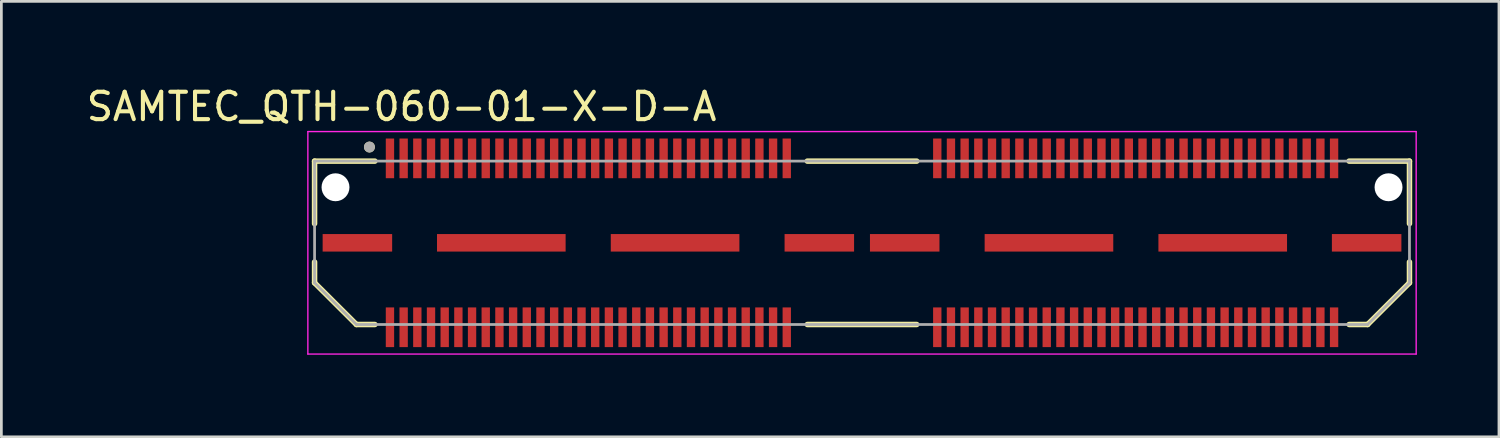
<source format=kicad_pcb>
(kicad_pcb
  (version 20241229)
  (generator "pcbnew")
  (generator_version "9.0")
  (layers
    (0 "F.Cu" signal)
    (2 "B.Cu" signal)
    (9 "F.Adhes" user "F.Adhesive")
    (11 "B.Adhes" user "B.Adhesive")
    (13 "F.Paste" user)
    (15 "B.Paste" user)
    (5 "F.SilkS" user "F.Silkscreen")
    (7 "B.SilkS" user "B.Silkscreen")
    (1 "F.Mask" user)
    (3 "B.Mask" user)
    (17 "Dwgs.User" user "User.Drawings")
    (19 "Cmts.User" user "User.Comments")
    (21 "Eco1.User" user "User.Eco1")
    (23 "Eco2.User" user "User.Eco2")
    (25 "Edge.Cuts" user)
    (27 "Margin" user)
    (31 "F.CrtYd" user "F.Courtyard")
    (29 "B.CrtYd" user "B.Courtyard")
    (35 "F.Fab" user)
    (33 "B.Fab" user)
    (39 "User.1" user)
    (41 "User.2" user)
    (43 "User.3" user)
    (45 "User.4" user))
  (footprint "SAMTEC_QTH-060-01-X-D-A"
    (layer "F.Cu")
    (at 28.45 5.823)
    (property "Reference" "SAMTEC_QTH-060-01-X-D-A" (at -16.825 -4.975 0) (layer "F.SilkS") (effects (font (size 1 1) (thickness 0.15))))
    (attr through_hole)
    (fp_line (start -20.005 -2.985) (end -17.8 -2.985) (stroke (width 0.2) (type solid)) (layer "F.SilkS"))
    (fp_line (start -20.005 -0.7) (end -20.005 -2.985) (stroke (width 0.2) (type solid)) (layer "F.SilkS"))
    (fp_line (start -20.005 1.461) (end -20.005 0.7) (stroke (width 0.2) (type solid)) (layer "F.SilkS"))
    (fp_line (start -18.476 2.985) (end -20.005 1.461) (stroke (width 0.2) (type solid)) (layer "F.SilkS"))
    (fp_line (start -18.476 2.985) (end -17.8 2.985) (stroke (width 0.2) (type solid)) (layer "F.SilkS"))
    (fp_line (start -2 -2.985) (end 2 -2.985) (stroke (width 0.2) (type solid)) (layer "F.SilkS"))
    (fp_line (start -2 2.985) (end 2 2.985) (stroke (width 0.2) (type solid)) (layer "F.SilkS"))
    (fp_line (start 18.476 2.985) (end 17.8 2.985) (stroke (width 0.2) (type solid)) (layer "F.SilkS"))
    (fp_line (start 20.005 -2.985) (end 17.8 -2.985) (stroke (width 0.2) (type solid)) (layer "F.SilkS"))
    (fp_line (start 20.005 -0.7) (end 20.005 -2.985) (stroke (width 0.2) (type solid)) (layer "F.SilkS"))
    (fp_line (start 20.005 1.461) (end 18.476 2.985) (stroke (width 0.2) (type solid)) (layer "F.SilkS"))
    (fp_line (start 20.005 1.461) (end 20.005 0.7) (stroke (width 0.2) (type solid)) (layer "F.SilkS"))
    (fp_circle (center -18 -3.5) (end -17.9 -3.5) (stroke (width 0.2) (type solid)) (fill no) (layer "F.SilkS"))
    (fp_line (start -20.25 -4.065) (end 20.25 -4.065) (stroke (width 0.05) (type solid)) (layer "F.CrtYd"))
    (fp_line (start -20.25 4.065) (end -20.25 -4.065) (stroke (width 0.05) (type solid)) (layer "F.CrtYd"))
    (fp_line (start 20.25 -4.065) (end 20.25 4.065) (stroke (width 0.05) (type solid)) (layer "F.CrtYd"))
    (fp_line (start 20.25 4.065) (end -20.25 4.065) (stroke (width 0.05) (type solid)) (layer "F.CrtYd"))
    (fp_line (start -20.005 -2.985) (end 20.005 -2.985) (stroke (width 0.1) (type solid)) (layer "F.Fab"))
    (fp_line (start -20.005 1.461) (end -20.005 -2.985) (stroke (width 0.1) (type solid)) (layer "F.Fab"))
    (fp_line (start -18.476 2.985) (end -20.005 1.461) (stroke (width 0.1) (type solid)) (layer "F.Fab"))
    (fp_line (start 18.476 2.985) (end -18.476 2.985) (stroke (width 0.1) (type solid)) (layer "F.Fab"))
    (fp_line (start 20.005 -2.985) (end 20.005 1.461) (stroke (width 0.1) (type solid)) (layer "F.Fab"))
    (fp_line (start 20.005 1.461) (end 18.476 2.985) (stroke (width 0.1) (type solid)) (layer "F.Fab"))
    (fp_circle (center -18 -3.5) (end -17.9 -3.5) (stroke (width 0.2) (type solid)) (fill no) (layer "F.Fab"))
    (pad "" np_thru_hole circle (at -19.24 -2.03) (size 1.02 1.02) (drill 1.02) (layers "*.Cu" "*.Mask"))
    (pad "" np_thru_hole circle (at 19.24 -2.03) (size 1.02 1.02) (drill 1.02) (layers "*.Cu" "*.Mask"))
    (pad "01" smd rect (at -17.25 -3.086) (size 0.305 1.45) (layers "F.Cu" "F.Mask" "F.Paste"))
    (pad "02" smd rect (at -17.25 3.086) (size 0.305 1.45) (layers "F.Cu" "F.Mask" "F.Paste"))
    (pad "03" smd rect (at -16.75 -3.086) (size 0.305 1.45) (layers "F.Cu" "F.Mask" "F.Paste"))
    (pad "04" smd rect (at -16.75 3.086) (size 0.305 1.45) (layers "F.Cu" "F.Mask" "F.Paste"))
    (pad "05" smd rect (at -16.25 -3.086) (size 0.305 1.45) (layers "F.Cu" "F.Mask" "F.Paste"))
    (pad "06" smd rect (at -16.25 3.086) (size 0.305 1.45) (layers "F.Cu" "F.Mask" "F.Paste"))
    (pad "07" smd rect (at -15.75 -3.086) (size 0.305 1.45) (layers "F.Cu" "F.Mask" "F.Paste"))
    (pad "08" smd rect (at -15.75 3.086) (size 0.305 1.45) (layers "F.Cu" "F.Mask" "F.Paste"))
    (pad "09" smd rect (at -15.25 -3.086) (size 0.305 1.45) (layers "F.Cu" "F.Mask" "F.Paste"))
    (pad "10" smd rect (at -15.25 3.086) (size 0.305 1.45) (layers "F.Cu" "F.Mask" "F.Paste"))
    (pad "11" smd rect (at -14.75 -3.086) (size 0.305 1.45) (layers "F.Cu" "F.Mask" "F.Paste"))
    (pad "12" smd rect (at -14.75 3.086) (size 0.305 1.45) (layers "F.Cu" "F.Mask" "F.Paste"))
    (pad "13" smd rect (at -14.25 -3.086) (size 0.305 1.45) (layers "F.Cu" "F.Mask" "F.Paste"))
    (pad "14" smd rect (at -14.25 3.086) (size 0.305 1.45) (layers "F.Cu" "F.Mask" "F.Paste"))
    (pad "15" smd rect (at -13.75 -3.086) (size 0.305 1.45) (layers "F.Cu" "F.Mask" "F.Paste"))
    (pad "16" smd rect (at -13.75 3.086) (size 0.305 1.45) (layers "F.Cu" "F.Mask" "F.Paste"))
    (pad "17" smd rect (at -13.25 -3.086) (size 0.305 1.45) (layers "F.Cu" "F.Mask" "F.Paste"))
    (pad "18" smd rect (at -13.25 3.086) (size 0.305 1.45) (layers "F.Cu" "F.Mask" "F.Paste"))
    (pad "19" smd rect (at -12.75 -3.086) (size 0.305 1.45) (layers "F.Cu" "F.Mask" "F.Paste"))
    (pad "20" smd rect (at -12.75 3.086) (size 0.305 1.45) (layers "F.Cu" "F.Mask" "F.Paste"))
    (pad "21" smd rect (at -12.25 -3.086) (size 0.305 1.45) (layers "F.Cu" "F.Mask" "F.Paste"))
    (pad "22" smd rect (at -12.25 3.086) (size 0.305 1.45) (layers "F.Cu" "F.Mask" "F.Paste"))
    (pad "23" smd rect (at -11.75 -3.086) (size 0.305 1.45) (layers "F.Cu" "F.Mask" "F.Paste"))
    (pad "24" smd rect (at -11.75 3.086) (size 0.305 1.45) (layers "F.Cu" "F.Mask" "F.Paste"))
    (pad "25" smd rect (at -11.25 -3.086) (size 0.305 1.45) (layers "F.Cu" "F.Mask" "F.Paste"))
    (pad "26" smd rect (at -11.25 3.086) (size 0.305 1.45) (layers "F.Cu" "F.Mask" "F.Paste"))
    (pad "27" smd rect (at -10.75 -3.086) (size 0.305 1.45) (layers "F.Cu" "F.Mask" "F.Paste"))
    (pad "28" smd rect (at -10.75 3.086) (size 0.305 1.45) (layers "F.Cu" "F.Mask" "F.Paste"))
    (pad "29" smd rect (at -10.25 -3.086) (size 0.305 1.45) (layers "F.Cu" "F.Mask" "F.Paste"))
    (pad "30" smd rect (at -10.25 3.086) (size 0.305 1.45) (layers "F.Cu" "F.Mask" "F.Paste"))
    (pad "31" smd rect (at -9.75 -3.086) (size 0.305 1.45) (layers "F.Cu" "F.Mask" "F.Paste"))
    (pad "32" smd rect (at -9.75 3.086) (size 0.305 1.45) (layers "F.Cu" "F.Mask" "F.Paste"))
    (pad "33" smd rect (at -9.25 -3.086) (size 0.305 1.45) (layers "F.Cu" "F.Mask" "F.Paste"))
    (pad "34" smd rect (at -9.25 3.086) (size 0.305 1.45) (layers "F.Cu" "F.Mask" "F.Paste"))
    (pad "35" smd rect (at -8.75 -3.086) (size 0.305 1.45) (layers "F.Cu" "F.Mask" "F.Paste"))
    (pad "36" smd rect (at -8.75 3.086) (size 0.305 1.45) (layers "F.Cu" "F.Mask" "F.Paste"))
    (pad "37" smd rect (at -8.25 -3.086) (size 0.305 1.45) (layers "F.Cu" "F.Mask" "F.Paste"))
    (pad "38" smd rect (at -8.25 3.086) (size 0.305 1.45) (layers "F.Cu" "F.Mask" "F.Paste"))
    (pad "39" smd rect (at -7.75 -3.086) (size 0.305 1.45) (layers "F.Cu" "F.Mask" "F.Paste"))
    (pad "40" smd rect (at -7.75 3.086) (size 0.305 1.45) (layers "F.Cu" "F.Mask" "F.Paste"))
    (pad "41" smd rect (at -7.25 -3.086) (size 0.305 1.45) (layers "F.Cu" "F.Mask" "F.Paste"))
    (pad "42" smd rect (at -7.25 3.086) (size 0.305 1.45) (layers "F.Cu" "F.Mask" "F.Paste"))
    (pad "43" smd rect (at -6.75 -3.086) (size 0.305 1.45) (layers "F.Cu" "F.Mask" "F.Paste"))
    (pad "44" smd rect (at -6.75 3.086) (size 0.305 1.45) (layers "F.Cu" "F.Mask" "F.Paste"))
    (pad "45" smd rect (at -6.25 -3.086) (size 0.305 1.45) (layers "F.Cu" "F.Mask" "F.Paste"))
    (pad "46" smd rect (at -6.25 3.086) (size 0.305 1.45) (layers "F.Cu" "F.Mask" "F.Paste"))
    (pad "47" smd rect (at -5.75 -3.086) (size 0.305 1.45) (layers "F.Cu" "F.Mask" "F.Paste"))
    (pad "48" smd rect (at -5.75 3.086) (size 0.305 1.45) (layers "F.Cu" "F.Mask" "F.Paste"))
    (pad "49" smd rect (at -5.25 -3.086) (size 0.305 1.45) (layers "F.Cu" "F.Mask" "F.Paste"))
    (pad "50" smd rect (at -5.25 3.086) (size 0.305 1.45) (layers "F.Cu" "F.Mask" "F.Paste"))
    (pad "51" smd rect (at -4.75 -3.086) (size 0.305 1.45) (layers "F.Cu" "F.Mask" "F.Paste"))
    (pad "52" smd rect (at -4.75 3.086) (size 0.305 1.45) (layers "F.Cu" "F.Mask" "F.Paste"))
    (pad "53" smd rect (at -4.25 -3.086) (size 0.305 1.45) (layers "F.Cu" "F.Mask" "F.Paste"))
    (pad "54" smd rect (at -4.25 3.086) (size 0.305 1.45) (layers "F.Cu" "F.Mask" "F.Paste"))
    (pad "55" smd rect (at -3.75 -3.086) (size 0.305 1.45) (layers "F.Cu" "F.Mask" "F.Paste"))
    (pad "56" smd rect (at -3.75 3.086) (size 0.305 1.45) (layers "F.Cu" "F.Mask" "F.Paste"))
    (pad "57" smd rect (at -3.25 -3.086) (size 0.305 1.45) (layers "F.Cu" "F.Mask" "F.Paste"))
    (pad "58" smd rect (at -3.25 3.086) (size 0.305 1.45) (layers "F.Cu" "F.Mask" "F.Paste"))
    (pad "59" smd rect (at -2.75 -3.086) (size 0.305 1.45) (layers "F.Cu" "F.Mask" "F.Paste"))
    (pad "60" smd rect (at -2.75 3.086) (size 0.305 1.45) (layers "F.Cu" "F.Mask" "F.Paste"))
    (pad "61" smd rect (at 2.75 -3.086) (size 0.305 1.45) (layers "F.Cu" "F.Mask" "F.Paste"))
    (pad "62" smd rect (at 2.75 3.086) (size 0.305 1.45) (layers "F.Cu" "F.Mask" "F.Paste"))
    (pad "63" smd rect (at 3.25 -3.086) (size 0.305 1.45) (layers "F.Cu" "F.Mask" "F.Paste"))
    (pad "64" smd rect (at 3.25 3.086) (size 0.305 1.45) (layers "F.Cu" "F.Mask" "F.Paste"))
    (pad "65" smd rect (at 3.75 -3.086) (size 0.305 1.45) (layers "F.Cu" "F.Mask" "F.Paste"))
    (pad "66" smd rect (at 3.75 3.086) (size 0.305 1.45) (layers "F.Cu" "F.Mask" "F.Paste"))
    (pad "67" smd rect (at 4.25 -3.086) (size 0.305 1.45) (layers "F.Cu" "F.Mask" "F.Paste"))
    (pad "68" smd rect (at 4.25 3.086) (size 0.305 1.45) (layers "F.Cu" "F.Mask" "F.Paste"))
    (pad "69" smd rect (at 4.75 -3.086) (size 0.305 1.45) (layers "F.Cu" "F.Mask" "F.Paste"))
    (pad "70" smd rect (at 4.75 3.086) (size 0.305 1.45) (layers "F.Cu" "F.Mask" "F.Paste"))
    (pad "71" smd rect (at 5.25 -3.086) (size 0.305 1.45) (layers "F.Cu" "F.Mask" "F.Paste"))
    (pad "72" smd rect (at 5.25 3.086) (size 0.305 1.45) (layers "F.Cu" "F.Mask" "F.Paste"))
    (pad "73" smd rect (at 5.75 -3.086) (size 0.305 1.45) (layers "F.Cu" "F.Mask" "F.Paste"))
    (pad "74" smd rect (at 5.75 3.086) (size 0.305 1.45) (layers "F.Cu" "F.Mask" "F.Paste"))
    (pad "75" smd rect (at 6.25 -3.086) (size 0.305 1.45) (layers "F.Cu" "F.Mask" "F.Paste"))
    (pad "76" smd rect (at 6.25 3.09) (size 0.305 1.45) (layers "F.Cu" "F.Mask" "F.Paste"))
    (pad "77" smd rect (at 6.75 -3.086) (size 0.305 1.45) (layers "F.Cu" "F.Mask" "F.Paste"))
    (pad "78" smd rect (at 6.75 3.086) (size 0.305 1.45) (layers "F.Cu" "F.Mask" "F.Paste"))
    (pad "79" smd rect (at 7.25 -3.086) (size 0.305 1.45) (layers "F.Cu" "F.Mask" "F.Paste"))
    (pad "80" smd rect (at 7.25 3.086) (size 0.305 1.45) (layers "F.Cu" "F.Mask" "F.Paste"))
    (pad "81" smd rect (at 7.75 -3.086) (size 0.305 1.45) (layers "F.Cu" "F.Mask" "F.Paste"))
    (pad "82" smd rect (at 7.75 3.086) (size 0.305 1.45) (layers "F.Cu" "F.Mask" "F.Paste"))
    (pad "83" smd rect (at 8.25 -3.086) (size 0.305 1.45) (layers "F.Cu" "F.Mask" "F.Paste"))
    (pad "84" smd rect (at 8.25 3.086) (size 0.305 1.45) (layers "F.Cu" "F.Mask" "F.Paste"))
    (pad "85" smd rect (at 8.75 -3.086) (size 0.305 1.45) (layers "F.Cu" "F.Mask" "F.Paste"))
    (pad "86" smd rect (at 8.75 3.086) (size 0.305 1.45) (layers "F.Cu" "F.Mask" "F.Paste"))
    (pad "87" smd rect (at 9.25 -3.086) (size 0.305 1.45) (layers "F.Cu" "F.Mask" "F.Paste"))
    (pad "88" smd rect (at 9.25 3.086) (size 0.305 1.45) (layers "F.Cu" "F.Mask" "F.Paste"))
    (pad "89" smd rect (at 9.75 -3.086) (size 0.305 1.45) (layers "F.Cu" "F.Mask" "F.Paste"))
    (pad "90" smd rect (at 9.75 3.086) (size 0.305 1.45) (layers "F.Cu" "F.Mask" "F.Paste"))
    (pad "91" smd rect (at 10.25 -3.086) (size 0.305 1.45) (layers "F.Cu" "F.Mask" "F.Paste"))
    (pad "92" smd rect (at 10.25 3.086) (size 0.305 1.45) (layers "F.Cu" "F.Mask" "F.Paste"))
    (pad "93" smd rect (at 10.75 -3.086) (size 0.305 1.45) (layers "F.Cu" "F.Mask" "F.Paste"))
    (pad "94" smd rect (at 10.75 3.086) (size 0.305 1.45) (layers "F.Cu" "F.Mask" "F.Paste"))
    (pad "95" smd rect (at 11.25 -3.086) (size 0.305 1.45) (layers "F.Cu" "F.Mask" "F.Paste"))
    (pad "96" smd rect (at 11.25 3.086) (size 0.305 1.45) (layers "F.Cu" "F.Mask" "F.Paste"))
    (pad "97" smd rect (at 11.75 -3.086) (size 0.305 1.45) (layers "F.Cu" "F.Mask" "F.Paste"))
    (pad "98" smd rect (at 11.75 3.086) (size 0.305 1.45) (layers "F.Cu" "F.Mask" "F.Paste"))
    (pad "99" smd rect (at 12.25 -3.086) (size 0.305 1.45) (layers "F.Cu" "F.Mask" "F.Paste"))
    (pad "100" smd rect (at 12.25 3.086) (size 0.305 1.45) (layers "F.Cu" "F.Mask" "F.Paste"))
    (pad "101" smd rect (at 12.75 -3.086) (size 0.305 1.45) (layers "F.Cu" "F.Mask" "F.Paste"))
    (pad "102" smd rect (at 12.75 3.086) (size 0.305 1.45) (layers "F.Cu" "F.Mask" "F.Paste"))
    (pad "103" smd rect (at 13.25 -3.086) (size 0.305 1.45) (layers "F.Cu" "F.Mask" "F.Paste"))
    (pad "104" smd rect (at 13.25 3.086) (size 0.305 1.45) (layers "F.Cu" "F.Mask" "F.Paste"))
    (pad "105" smd rect (at 13.75 -3.086) (size 0.305 1.45) (layers "F.Cu" "F.Mask" "F.Paste"))
    (pad "106" smd rect (at 13.75 3.086) (size 0.305 1.45) (layers "F.Cu" "F.Mask" "F.Paste"))
    (pad "107" smd rect (at 14.25 -3.086) (size 0.305 1.45) (layers "F.Cu" "F.Mask" "F.Paste"))
    (pad "108" smd rect (at 14.25 3.086) (size 0.305 1.45) (layers "F.Cu" "F.Mask" "F.Paste"))
    (pad "109" smd rect (at 14.75 -3.086) (size 0.305 1.45) (layers "F.Cu" "F.Mask" "F.Paste"))
    (pad "110" smd rect (at 14.75 3.086) (size 0.305 1.45) (layers "F.Cu" "F.Mask" "F.Paste"))
    (pad "111" smd rect (at 15.25 -3.086) (size 0.305 1.45) (layers "F.Cu" "F.Mask" "F.Paste"))
    (pad "112" smd rect (at 15.25 3.086) (size 0.305 1.45) (layers "F.Cu" "F.Mask" "F.Paste"))
    (pad "113" smd rect (at 15.75 -3.086) (size 0.305 1.45) (layers "F.Cu" "F.Mask" "F.Paste"))
    (pad "114" smd rect (at 15.75 3.086) (size 0.305 1.45) (layers "F.Cu" "F.Mask" "F.Paste"))
    (pad "115" smd rect (at 16.25 -3.086) (size 0.305 1.45) (layers "F.Cu" "F.Mask" "F.Paste"))
    (pad "116" smd rect (at 16.25 3.086) (size 0.305 1.45) (layers "F.Cu" "F.Mask" "F.Paste"))
    (pad "117" smd rect (at 16.75 -3.086) (size 0.305 1.45) (layers "F.Cu" "F.Mask" "F.Paste"))
    (pad "118" smd rect (at 16.75 3.086) (size 0.305 1.45) (layers "F.Cu" "F.Mask" "F.Paste"))
    (pad "119" smd rect (at 17.25 -3.086) (size 0.305 1.45) (layers "F.Cu" "F.Mask" "F.Paste"))
    (pad "120" smd rect (at 17.25 3.086) (size 0.305 1.45) (layers "F.Cu" "F.Mask" "F.Paste"))
    (pad "G1" smd rect (at -18.44 0) (size 2.54 0.64) (layers "F.Cu" "F.Mask" "F.Paste"))
    (pad "G2" smd rect (at -13.181 0) (size 4.7 0.64) (layers "F.Cu" "F.Mask" "F.Paste"))
    (pad "G3" smd rect (at -6.831 0) (size 4.7 0.64) (layers "F.Cu" "F.Mask" "F.Paste"))
    (pad "G4" smd rect (at -1.56 0) (size 2.54 0.64) (layers "F.Cu" "F.Mask" "F.Paste"))
    (pad "G5" smd rect (at 1.56 0) (size 2.54 0.64) (layers "F.Cu" "F.Mask" "F.Paste"))
    (pad "G6" smd rect (at 6.831 0) (size 4.7 0.64) (layers "F.Cu" "F.Mask" "F.Paste"))
    (pad "G7" smd rect (at 13.181 0) (size 4.7 0.64) (layers "F.Cu" "F.Mask" "F.Paste"))
    (pad "G8" smd rect (at 18.44 0) (size 2.54 0.64) (layers "F.Cu" "F.Mask" "F.Paste")))
  (gr_rect
    (start -3 -3)
    (end 51.725 12.913)
    (stroke (width 0.1) (type default))
    (fill no)
    (layer "Edge.Cuts")))
</source>
